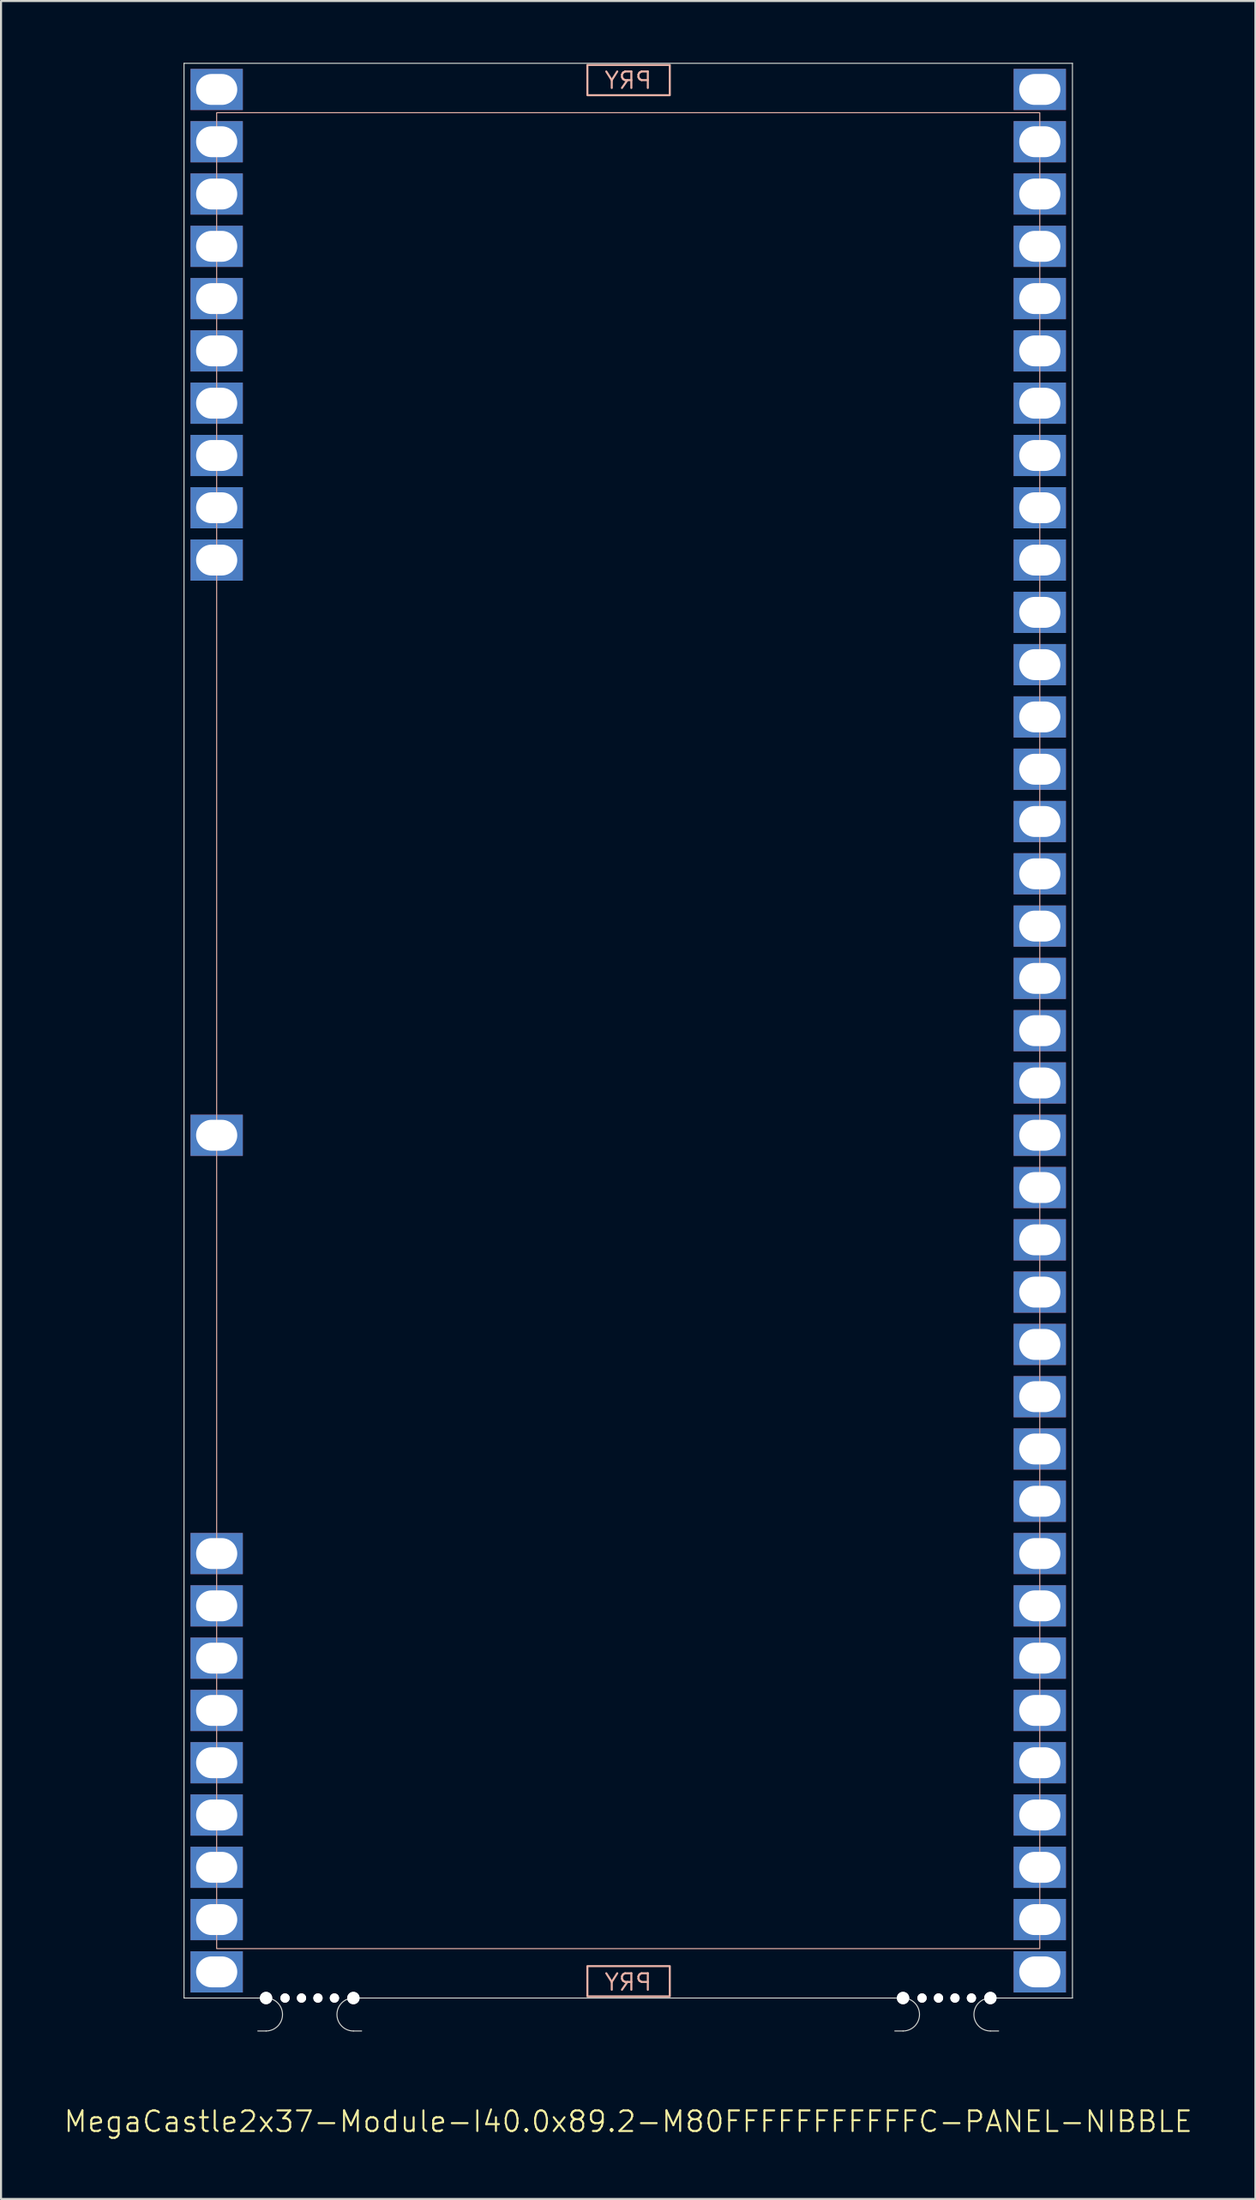
<source format=kicad_pcb>
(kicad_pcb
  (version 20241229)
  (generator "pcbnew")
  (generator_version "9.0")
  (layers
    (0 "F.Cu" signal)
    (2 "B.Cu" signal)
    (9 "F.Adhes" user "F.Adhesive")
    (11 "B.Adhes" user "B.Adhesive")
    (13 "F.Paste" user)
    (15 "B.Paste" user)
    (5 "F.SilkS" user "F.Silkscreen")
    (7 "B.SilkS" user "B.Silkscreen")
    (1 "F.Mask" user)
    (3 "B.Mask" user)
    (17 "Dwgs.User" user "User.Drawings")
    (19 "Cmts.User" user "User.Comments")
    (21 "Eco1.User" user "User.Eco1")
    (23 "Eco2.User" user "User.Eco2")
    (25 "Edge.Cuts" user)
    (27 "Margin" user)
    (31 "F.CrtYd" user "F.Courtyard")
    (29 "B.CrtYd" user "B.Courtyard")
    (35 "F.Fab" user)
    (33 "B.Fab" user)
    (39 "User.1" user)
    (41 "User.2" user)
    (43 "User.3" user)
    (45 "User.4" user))
  (footprint "MegaCastle2x37-Module-I40.0x89.2-M80FFFFFFFFFFFC-PANEL-NIBBLE"
    (layer "F.Cu")
    (at 27.479 47.015)
    (property "Reference" "MegaCastle2x37-Module-I40.0x89.2-M80FFFFFFFFFFFC-PANEL-NIBBLE" (at 0 52.99 0) (unlocked yes) (layer "F.SilkS") (effects (font (size 1 1) (thickness 0.1))))
    (attr smd)
    (fp_rect (start -20 44.59) (end 20 -44.59) (stroke (width 0.05) (type default)) (fill no) (layer "B.SilkS"))
    (fp_rect (start -1.984 -45.441) (end 2.02 -46.91) (stroke (width 0.1) (type default)) (fill no) (layer "B.SilkS"))
    (fp_rect (start -1.984 45.441) (end 2.02 46.91) (stroke (width 0.1) (type default)) (fill no) (layer "B.SilkS"))
    (fp_line (start -21.587 -46.99) (end -21.587 46.99) (stroke (width 0.05) (type default)) (layer "Edge.Cuts"))
    (fp_line (start -21.587 -46.99) (end 21.587 -46.99) (stroke (width 0.05) (type default)) (layer "Edge.Cuts"))
    (fp_line (start -21.587 46.99) (end -18 46.99) (stroke (width 0.05) (type default)) (layer "Edge.Cuts"))
    (fp_line (start -18 46.99) (end -17.6 46.99) (stroke (width 0.05) (type default)) (layer "Edge.Cuts"))
    (fp_line (start -18 48.59) (end -17.6 48.59) (stroke (width 0.05) (type default)) (layer "Edge.Cuts"))
    (fp_line (start -12.955 46.99) (end -13.355 46.99) (stroke (width 0.05) (type default)) (layer "Edge.Cuts"))
    (fp_line (start -12.955 46.99) (end 12.955 46.99) (stroke (width 0.05) (type default)) (layer "Edge.Cuts"))
    (fp_line (start -12.955 48.59) (end -13.355 48.59) (stroke (width 0.05) (type default)) (layer "Edge.Cuts"))
    (fp_line (start 12.955 46.99) (end 13.355 46.99) (stroke (width 0.05) (type default)) (layer "Edge.Cuts"))
    (fp_line (start 12.955 48.59) (end 13.355 48.59) (stroke (width 0.05) (type default)) (layer "Edge.Cuts"))
    (fp_line (start 18 46.99) (end 17.6 46.99) (stroke (width 0.05) (type default)) (layer "Edge.Cuts"))
    (fp_line (start 18 46.99) (end 21.587 46.99) (stroke (width 0.05) (type default)) (layer "Edge.Cuts"))
    (fp_line (start 18 48.59) (end 17.6 48.59) (stroke (width 0.05) (type default)) (layer "Edge.Cuts"))
    (fp_line (start 21.587 -46.99) (end 21.587 46.99) (stroke (width 0.05) (type default)) (layer "Edge.Cuts"))
    (fp_arc (start -17.6 46.990002) (mid -16.799999 47.790001) (end -17.6 48.59) (stroke (width 0.05) (type default)) (layer "Edge.Cuts"))
    (fp_arc (start -13.355 48.59) (mid -14.155 47.790001) (end -13.355 46.990002) (stroke (width 0.05) (type default)) (layer "Edge.Cuts"))
    (fp_arc (start 13.355001 46.990002) (mid 14.155002 47.790001) (end 13.355001 48.59) (stroke (width 0.05) (type default)) (layer "Edge.Cuts"))
    (fp_arc (start 17.600002 48.59) (mid 16.8 47.79) (end 17.600002 46.990002) (stroke (width 0.05) (type default)) (layer "Edge.Cuts"))
    (fp_text user "PRY" (at 0 -45.69 0) (unlocked yes) (layer "B.SilkS") (effects (font (size 0.8 0.8) (thickness 0.1)) (justify bottom mirror)))
    (fp_text user "PRY" (at 0 46.69 0) (unlocked yes) (layer "B.SilkS") (effects (font (size 0.8 0.8) (thickness 0.1)) (justify bottom mirror)))
    (pad "" np_thru_hole circle (at -17.6 46.99) (size 0.6 0.6) (drill 0.6) (layers "*.Cu" "Edge.Cuts"))
    (pad "" np_thru_hole circle (at -16.677 46.99) (size 0.45 0.45) (drill 0.45) (layers "*.Cu" "Edge.Cuts"))
    (pad "" np_thru_hole circle (at -15.878 46.99) (size 0.45 0.45) (drill 0.45) (layers "*.Cu" "Edge.Cuts"))
    (pad "" np_thru_hole circle (at -15.078 46.99) (size 0.45 0.45) (drill 0.45) (layers "*.Cu" "Edge.Cuts"))
    (pad "" np_thru_hole circle (at -14.277 46.99) (size 0.45 0.45) (drill 0.45) (layers "*.Cu" "Edge.Cuts"))
    (pad "" np_thru_hole circle (at -13.355 46.99) (size 0.6 0.6) (drill 0.6) (layers "*.Cu" "Edge.Cuts"))
    (pad "" np_thru_hole circle (at 13.355 46.99) (size 0.6 0.6) (drill 0.6) (layers "*.Cu" "Edge.Cuts"))
    (pad "" np_thru_hole circle (at 14.278 46.99) (size 0.45 0.45) (drill 0.45) (layers "*.Cu" "Edge.Cuts"))
    (pad "" np_thru_hole circle (at 15.078 46.99) (size 0.45 0.45) (drill 0.45) (layers "*.Cu" "Edge.Cuts"))
    (pad "" np_thru_hole circle (at 15.878 46.99) (size 0.45 0.45) (drill 0.45) (layers "*.Cu" "Edge.Cuts"))
    (pad "" np_thru_hole circle (at 16.678 46.99) (size 0.45 0.45) (drill 0.45) (layers "*.Cu" "Edge.Cuts"))
    (pad "" np_thru_hole circle (at 17.6 46.99) (size 0.6 0.6) (drill 0.6) (layers "*.Cu" "Edge.Cuts"))
    (pad "1" thru_hole rect (at -20 -45.72) (size 2.54 2) (drill oval 2 1.5) (property pad_prop_castellated) (layers "*.Cu" "*.Mask"))
    (pad "2" thru_hole rect (at -20 -43.18) (size 2.54 2) (drill oval 2 1.5) (property pad_prop_castellated) (layers "*.Cu" "*.Mask"))
    (pad "3" thru_hole rect (at -20 -40.64) (size 2.54 2) (drill oval 2 1.5) (property pad_prop_castellated) (layers "*.Cu" "*.Mask"))
    (pad "4" thru_hole rect (at -20 -38.1) (size 2.54 2) (drill oval 2 1.5) (property pad_prop_castellated) (layers "*.Cu" "*.Mask"))
    (pad "5" thru_hole rect (at -20 -35.56) (size 2.54 2) (drill oval 2 1.5) (property pad_prop_castellated) (layers "*.Cu" "*.Mask"))
    (pad "6" thru_hole rect (at -20 -33.02) (size 2.54 2) (drill oval 2 1.5) (property pad_prop_castellated) (layers "*.Cu" "*.Mask"))
    (pad "7" thru_hole rect (at -20 -30.48) (size 2.54 2) (drill oval 2 1.5) (property pad_prop_castellated) (layers "*.Cu" "*.Mask"))
    (pad "8" thru_hole rect (at -20 -27.94) (size 2.54 2) (drill oval 2 1.5) (property pad_prop_castellated) (layers "*.Cu" "*.Mask"))
    (pad "9" thru_hole rect (at -20 -25.4) (size 2.54 2) (drill oval 2 1.5) (property pad_prop_castellated) (layers "*.Cu" "*.Mask"))
    (pad "10" thru_hole rect (at -20 -22.86) (size 2.54 2) (drill oval 2 1.5) (property pad_prop_castellated) (layers "*.Cu" "*.Mask"))
    (pad "21" thru_hole rect (at -20 5.08) (size 2.54 2) (drill oval 2 1.5) (property pad_prop_castellated) (layers "*.Cu" "*.Mask"))
    (pad "29" thru_hole rect (at -20 25.4) (size 2.54 2) (drill oval 2 1.5) (property pad_prop_castellated) (layers "*.Cu" "*.Mask"))
    (pad "30" thru_hole rect (at -20 27.94) (size 2.54 2) (drill oval 2 1.5) (property pad_prop_castellated) (layers "*.Cu" "*.Mask"))
    (pad "31" thru_hole rect (at -20 30.48) (size 2.54 2) (drill oval 2 1.5) (property pad_prop_castellated) (layers "*.Cu" "*.Mask"))
    (pad "32" thru_hole rect (at -20 33.02) (size 2.54 2) (drill oval 2 1.5) (property pad_prop_castellated) (layers "*.Cu" "*.Mask"))
    (pad "33" thru_hole rect (at -20 35.56) (size 2.54 2) (drill oval 2 1.5) (property pad_prop_castellated) (layers "*.Cu" "*.Mask"))
    (pad "34" thru_hole rect (at -20 38.1) (size 2.54 2) (drill oval 2 1.5) (property pad_prop_castellated) (layers "*.Cu" "*.Mask"))
    (pad "35" thru_hole rect (at -20 40.64) (size 2.54 2) (drill oval 2 1.5) (property pad_prop_castellated) (layers "*.Cu" "*.Mask"))
    (pad "36" thru_hole rect (at -20 43.18) (size 2.54 2) (drill oval 2 1.5) (property pad_prop_castellated) (layers "*.Cu" "*.Mask"))
    (pad "37" thru_hole rect (at -20 45.72) (size 2.54 2) (drill oval 2 1.5) (property pad_prop_castellated) (layers "*.Cu" "*.Mask"))
    (pad "38" thru_hole rect (at 20 -45.72) (size 2.54 2) (drill oval 2 1.5) (property pad_prop_castellated) (layers "*.Cu" "*.Mask"))
    (pad "39" thru_hole rect (at 20 -43.18) (size 2.54 2) (drill oval 2 1.5) (property pad_prop_castellated) (layers "*.Cu" "*.Mask"))
    (pad "40" thru_hole rect (at 20 -40.64) (size 2.54 2) (drill oval 2 1.5) (property pad_prop_castellated) (layers "*.Cu" "*.Mask"))
    (pad "41" thru_hole rect (at 20 -38.1) (size 2.54 2) (drill oval 2 1.5) (property pad_prop_castellated) (layers "*.Cu" "*.Mask"))
    (pad "42" thru_hole rect (at 20 -35.56) (size 2.54 2) (drill oval 2 1.5) (property pad_prop_castellated) (layers "*.Cu" "*.Mask"))
    (pad "43" thru_hole rect (at 20 -33.02) (size 2.54 2) (drill oval 2 1.5) (property pad_prop_castellated) (layers "*.Cu" "*.Mask"))
    (pad "44" thru_hole rect (at 20 -30.48) (size 2.54 2) (drill oval 2 1.5) (property pad_prop_castellated) (layers "*.Cu" "*.Mask"))
    (pad "45" thru_hole rect (at 20 -27.94) (size 2.54 2) (drill oval 2 1.5) (property pad_prop_castellated) (layers "*.Cu" "*.Mask"))
    (pad "46" thru_hole rect (at 20 -25.4) (size 2.54 2) (drill oval 2 1.5) (property pad_prop_castellated) (layers "*.Cu" "*.Mask"))
    (pad "47" thru_hole rect (at 20 -22.86) (size 2.54 2) (drill oval 2 1.5) (property pad_prop_castellated) (layers "*.Cu" "*.Mask"))
    (pad "48" thru_hole rect (at 20 -20.32) (size 2.54 2) (drill oval 2 1.5) (property pad_prop_castellated) (layers "*.Cu" "*.Mask"))
    (pad "49" thru_hole rect (at 20 -17.78) (size 2.54 2) (drill oval 2 1.5) (property pad_prop_castellated) (layers "*.Cu" "*.Mask"))
    (pad "50" thru_hole rect (at 20 -15.24) (size 2.54 2) (drill oval 2 1.5) (property pad_prop_castellated) (layers "*.Cu" "*.Mask"))
    (pad "51" thru_hole rect (at 20 -12.7) (size 2.54 2) (drill oval 2 1.5) (property pad_prop_castellated) (layers "*.Cu" "*.Mask"))
    (pad "52" thru_hole rect (at 20 -10.16) (size 2.54 2) (drill oval 2 1.5) (property pad_prop_castellated) (layers "*.Cu" "*.Mask"))
    (pad "53" thru_hole rect (at 20 -7.62) (size 2.54 2) (drill oval 2 1.5) (property pad_prop_castellated) (layers "*.Cu" "*.Mask"))
    (pad "54" thru_hole rect (at 20 -5.08) (size 2.54 2) (drill oval 2 1.5) (property pad_prop_castellated) (layers "*.Cu" "*.Mask"))
    (pad "55" thru_hole rect (at 20 -2.54) (size 2.54 2) (drill oval 2 1.5) (property pad_prop_castellated) (layers "*.Cu" "*.Mask"))
    (pad "56" thru_hole rect (at 20 0) (size 2.54 2) (drill oval 2 1.5) (property pad_prop_castellated) (layers "*.Cu" "*.Mask"))
    (pad "57" thru_hole rect (at 20 2.54) (size 2.54 2) (drill oval 2 1.5) (property pad_prop_castellated) (layers "*.Cu" "*.Mask"))
    (pad "58" thru_hole rect (at 20 5.08) (size 2.54 2) (drill oval 2 1.5) (property pad_prop_castellated) (layers "*.Cu" "*.Mask"))
    (pad "59" thru_hole rect (at 20 7.62) (size 2.54 2) (drill oval 2 1.5) (property pad_prop_castellated) (layers "*.Cu" "*.Mask"))
    (pad "60" thru_hole rect (at 20 10.16) (size 2.54 2) (drill oval 2 1.5) (property pad_prop_castellated) (layers "*.Cu" "*.Mask"))
    (pad "61" thru_hole rect (at 20 12.7) (size 2.54 2) (drill oval 2 1.5) (property pad_prop_castellated) (layers "*.Cu" "*.Mask"))
    (pad "62" thru_hole rect (at 20 15.24) (size 2.54 2) (drill oval 2 1.5) (property pad_prop_castellated) (layers "*.Cu" "*.Mask"))
    (pad "63" thru_hole rect (at 20 17.78) (size 2.54 2) (drill oval 2 1.5) (property pad_prop_castellated) (layers "*.Cu" "*.Mask"))
    (pad "64" thru_hole rect (at 20 20.32) (size 2.54 2) (drill oval 2 1.5) (property pad_prop_castellated) (layers "*.Cu" "*.Mask"))
    (pad "65" thru_hole rect (at 20 22.86) (size 2.54 2) (drill oval 2 1.5) (property pad_prop_castellated) (layers "*.Cu" "*.Mask"))
    (pad "66" thru_hole rect (at 20 25.4) (size 2.54 2) (drill oval 2 1.5) (property pad_prop_castellated) (layers "*.Cu" "*.Mask"))
    (pad "67" thru_hole rect (at 20 27.94) (size 2.54 2) (drill oval 2 1.5) (property pad_prop_castellated) (layers "*.Cu" "*.Mask"))
    (pad "68" thru_hole rect (at 20 30.48) (size 2.54 2) (drill oval 2 1.5) (property pad_prop_castellated) (layers "*.Cu" "*.Mask"))
    (pad "69" thru_hole rect (at 20 33.02) (size 2.54 2) (drill oval 2 1.5) (property pad_prop_castellated) (layers "*.Cu" "*.Mask"))
    (pad "70" thru_hole rect (at 20 35.56) (size 2.54 2) (drill oval 2 1.5) (property pad_prop_castellated) (layers "*.Cu" "*.Mask"))
    (pad "71" thru_hole rect (at 20 38.1) (size 2.54 2) (drill oval 2 1.5) (property pad_prop_castellated) (layers "*.Cu" "*.Mask"))
    (pad "72" thru_hole rect (at 20 40.64) (size 2.54 2) (drill oval 2 1.5) (property pad_prop_castellated) (layers "*.Cu" "*.Mask"))
    (pad "73" thru_hole rect (at 20 43.18) (size 2.54 2) (drill oval 2 1.5) (property pad_prop_castellated) (layers "*.Cu" "*.Mask"))
    (pad "74" thru_hole rect (at 20 45.72) (size 2.54 2) (drill oval 2 1.5) (property pad_prop_castellated) (layers "*.Cu" "*.Mask"))
    (zone (net_name "") (layer "B.Cu") (hatch edge 0.5) (connect_pads) (min_thickness 0.25) (filled_areas_thickness no) (keepout (tracks allowed) (vias allowed) (pads allowed) (copperpour allowed) (footprints not_allowed)) (placement (enabled no)) (fill) (polygon (pts (xy 7.479 94.005) (xy 7.479 0.025))))
    (zone (net_name "") (layer "B.Cu") (hatch edge 0.5) (connect_pads) (min_thickness 0.25) (filled_areas_thickness no) (keepout (tracks allowed) (vias allowed) (pads allowed) (copperpour allowed) (footprints not_allowed)) (placement (enabled no)) (fill) (polygon (pts (xy 47.479 94.005) (xy 47.479 0.025))))
    (zone (net_name "") (layer "B.Cu") (hatch edge 0.5) (connect_pads) (min_thickness 0.25) (filled_areas_thickness no) (keepout (tracks allowed) (vias allowed) (pads allowed) (copperpour allowed) (footprints not_allowed)) (placement (enabled no)) (fill) (polygon (pts (xy 7.479 0.025) (xy 7.479 2.425) (xy 47.479 2.425) (xy 47.479 0.025))))
    (zone (net_name "") (layer "B.Cu") (hatch edge 0.5) (connect_pads) (min_thickness 0.25) (filled_areas_thickness no) (keepout (tracks allowed) (vias allowed) (pads allowed) (copperpour allowed) (footprints not_allowed)) (placement (enabled no)) (fill) (polygon (pts (xy 7.479 94.005) (xy 7.479 91.605) (xy 47.479 91.605) (xy 47.479 94.005))))
    (zone (net_name "") (layer "B.Cu") (name "Upper Pry Zone") (hatch edge 0.5) (connect_pads) (min_thickness 0.25) (filled_areas_thickness no) (keepout (tracks not_allowed) (vias not_allowed) (pads not_allowed) (copperpour allowed) (footprints not_allowed)) (placement (enabled no)) (fill) (polygon (pts (xy 25.494 1.574) (xy 25.494 0.105) (xy 29.498 0.105) (xy 29.498 1.574))))
    (zone (net_name "") (layer "B.Cu") (name "Upper Pry Zone") (hatch edge 0.5) (connect_pads) (min_thickness 0.25) (filled_areas_thickness no) (keepout (tracks not_allowed) (vias not_allowed) (pads not_allowed) (copperpour allowed) (footprints not_allowed)) (placement (enabled no)) (fill) (polygon (pts (xy 25.494 92.456) (xy 25.494 93.925) (xy 29.498 93.925) (xy 29.498 92.456)))))
  (gr_rect
    (start -3 -3)
    (end 57.957 103.766)
    (stroke (width 0.1) (type default))
    (fill no)
    (layer "Edge.Cuts")))
</source>
